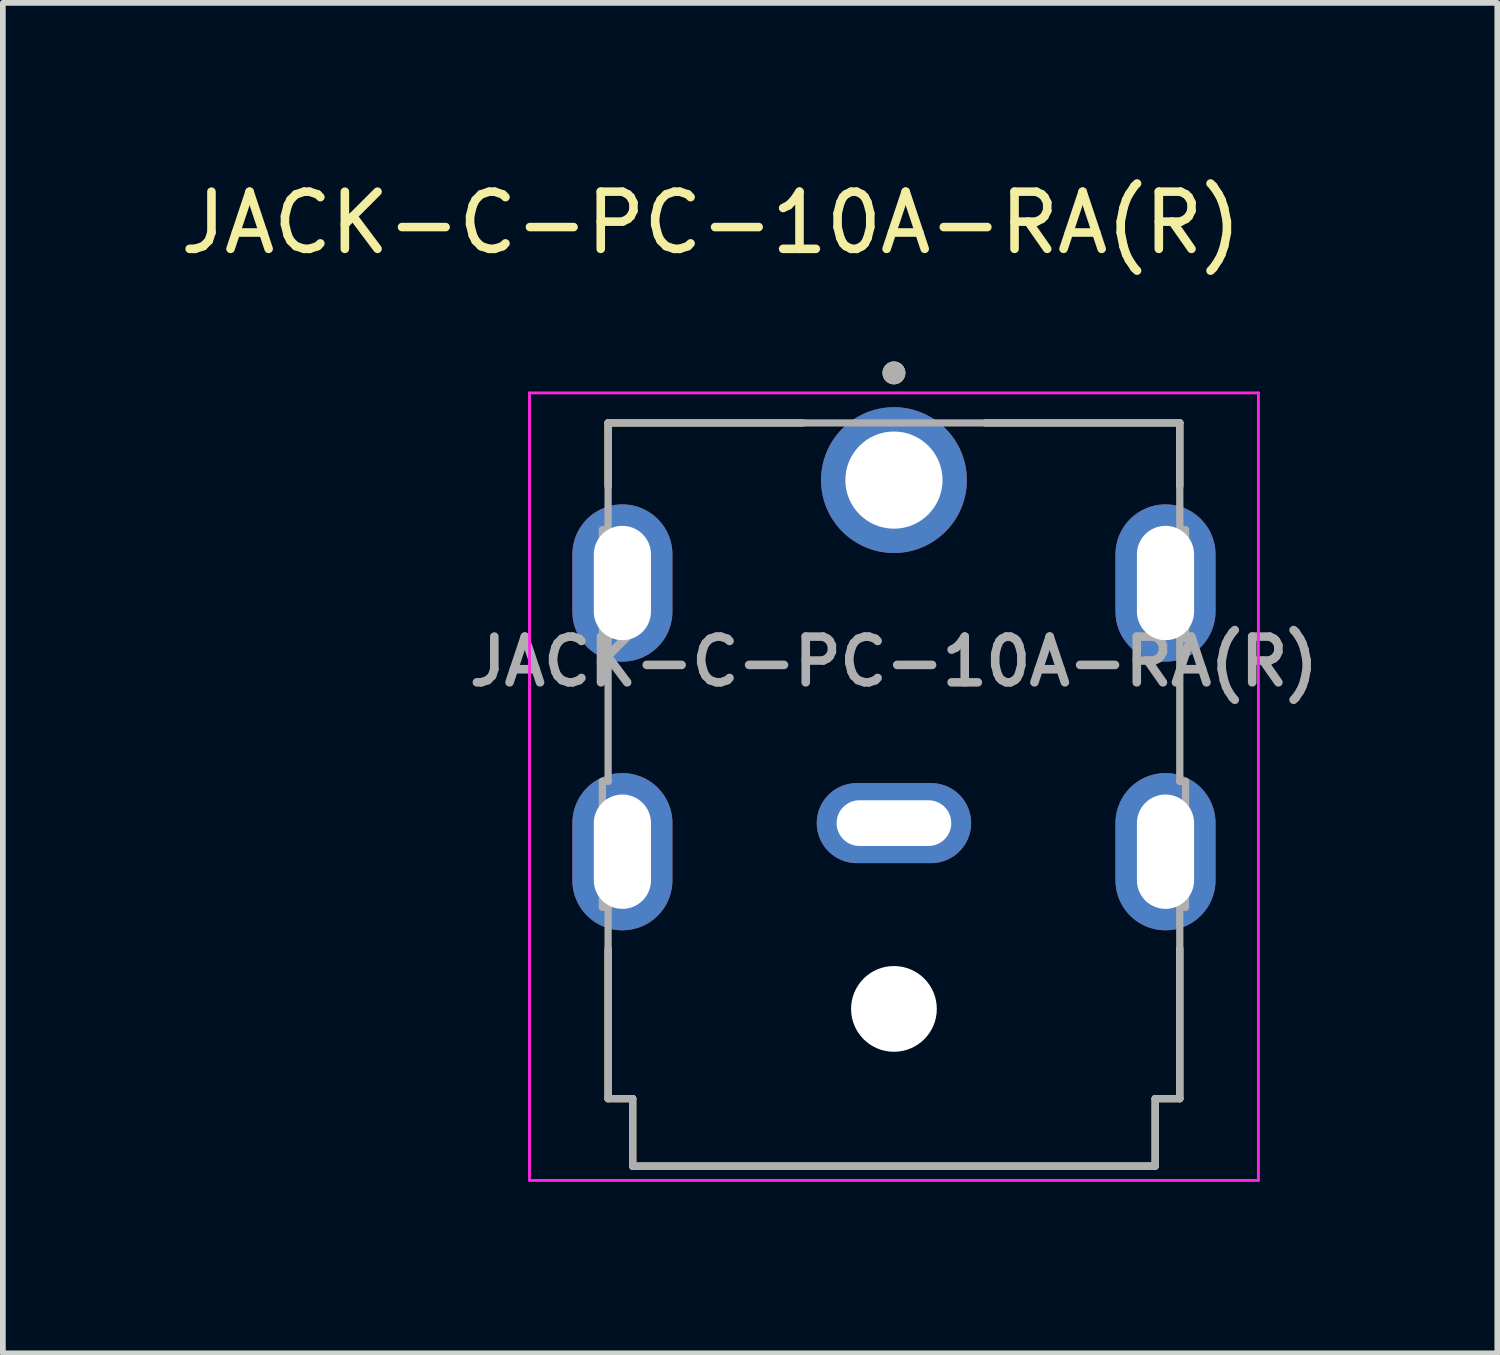
<source format=kicad_pcb>
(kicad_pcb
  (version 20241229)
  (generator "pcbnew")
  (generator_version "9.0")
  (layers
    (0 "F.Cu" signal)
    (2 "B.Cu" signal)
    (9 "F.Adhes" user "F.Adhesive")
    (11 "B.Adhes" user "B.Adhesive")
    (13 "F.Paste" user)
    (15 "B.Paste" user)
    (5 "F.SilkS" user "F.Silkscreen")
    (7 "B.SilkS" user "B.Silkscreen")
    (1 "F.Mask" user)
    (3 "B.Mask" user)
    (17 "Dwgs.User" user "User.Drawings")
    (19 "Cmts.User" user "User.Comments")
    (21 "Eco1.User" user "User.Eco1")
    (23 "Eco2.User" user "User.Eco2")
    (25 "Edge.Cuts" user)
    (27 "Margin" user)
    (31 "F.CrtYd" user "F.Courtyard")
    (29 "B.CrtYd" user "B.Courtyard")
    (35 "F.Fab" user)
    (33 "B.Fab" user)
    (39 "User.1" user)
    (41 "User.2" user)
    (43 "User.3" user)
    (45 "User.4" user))
  (footprint "JACK-C-PC-10A-RA(R)"
    (layer "F.Cu")
    (at 12.587 5.348)
    (property "Reference" "JACK-C-PC-10A-RA(R)" (at -3.2 -4.5 0) (layer "F.SilkS") (effects (font (size 1 1) (thickness 0.15))))
    (attr through_hole)
    (fp_line (start -5 -1) (end -5 0.105) (stroke (width 0.127) (type solid)) (layer "F.SilkS"))
    (fp_line (start -5 10.82) (end -5 8.195) (stroke (width 0.127) (type solid)) (layer "F.SilkS"))
    (fp_line (start -5 10.82) (end -4.57 10.82) (stroke (width 0.127) (type solid)) (layer "F.SilkS"))
    (fp_line (start -4.57 12) (end -4.57 10.82) (stroke (width 0.127) (type solid)) (layer "F.SilkS"))
    (fp_line (start -4.57 12) (end 4.57 12) (stroke (width 0.127) (type solid)) (layer "F.SilkS"))
    (fp_line (start -1.595 -1) (end -5 -1) (stroke (width 0.127) (type solid)) (layer "F.SilkS"))
    (fp_line (start 4.57 12) (end 4.57 10.82) (stroke (width 0.127) (type solid)) (layer "F.SilkS"))
    (fp_line (start 5 -1) (end 1.595 -1) (stroke (width 0.127) (type solid)) (layer "F.SilkS"))
    (fp_line (start 5 -1) (end 5 0.105) (stroke (width 0.127) (type solid)) (layer "F.SilkS"))
    (fp_line (start 5 10.82) (end 4.57 10.82) (stroke (width 0.127) (type solid)) (layer "F.SilkS"))
    (fp_line (start 5 10.82) (end 5 8.195) (stroke (width 0.127) (type solid)) (layer "F.SilkS"))
    (fp_circle (center 0 -1.875) (end 0.1 -1.875) (stroke (width 0.2) (type solid)) (fill no) (layer "F.SilkS"))
    (fp_line (start -6.375 -1.525) (end -6.375 12.25) (stroke (width 0.05) (type solid)) (layer "F.CrtYd"))
    (fp_line (start -6.375 12.25) (end 6.375 12.25) (stroke (width 0.05) (type solid)) (layer "F.CrtYd"))
    (fp_line (start 6.375 -1.525) (end -6.375 -1.525) (stroke (width 0.05) (type solid)) (layer "F.CrtYd"))
    (fp_line (start 6.375 12.25) (end 6.375 -1.525) (stroke (width 0.05) (type solid)) (layer "F.CrtYd"))
    (fp_line (start -5.1 0.87) (end -5.1 2.77) (stroke (width 0.127) (type solid)) (layer "F.Fab"))
    (fp_line (start -5.1 0.87) (end -5 0.87) (stroke (width 0.127) (type solid)) (layer "F.Fab"))
    (fp_line (start -5.1 2.77) (end -5 2.77) (stroke (width 0.127) (type solid)) (layer "F.Fab"))
    (fp_line (start -5.1 5.27) (end -5.1 7.47) (stroke (width 0.127) (type solid)) (layer "F.Fab"))
    (fp_line (start -5.1 5.27) (end -5 5.27) (stroke (width 0.127) (type solid)) (layer "F.Fab"))
    (fp_line (start -5.1 7.47) (end -5 7.47) (stroke (width 0.127) (type solid)) (layer "F.Fab"))
    (fp_line (start -5 -1) (end -5 0.87) (stroke (width 0.127) (type solid)) (layer "F.Fab"))
    (fp_line (start -5 2.77) (end -5 5.27) (stroke (width 0.127) (type solid)) (layer "F.Fab"))
    (fp_line (start -5 7.47) (end -5 10.82) (stroke (width 0.127) (type solid)) (layer "F.Fab"))
    (fp_line (start -5 10.82) (end -4.57 10.82) (stroke (width 0.127) (type solid)) (layer "F.Fab"))
    (fp_line (start -4.57 12) (end -4.57 10.82) (stroke (width 0.127) (type solid)) (layer "F.Fab"))
    (fp_line (start -4.57 12) (end 4.57 12) (stroke (width 0.127) (type solid)) (layer "F.Fab"))
    (fp_line (start 4.57 12) (end 4.57 10.82) (stroke (width 0.127) (type solid)) (layer "F.Fab"))
    (fp_line (start 5 -1) (end -5 -1) (stroke (width 0.127) (type solid)) (layer "F.Fab"))
    (fp_line (start 5 -1) (end 5 0.87) (stroke (width 0.127) (type solid)) (layer "F.Fab"))
    (fp_line (start 5 0.87) (end 5.1 0.87) (stroke (width 0.127) (type solid)) (layer "F.Fab"))
    (fp_line (start 5 2.77) (end 5.1 2.77) (stroke (width 0.127) (type solid)) (layer "F.Fab"))
    (fp_line (start 5 5.27) (end 5 2.77) (stroke (width 0.127) (type solid)) (layer "F.Fab"))
    (fp_line (start 5 5.27) (end 5.1 5.27) (stroke (width 0.127) (type solid)) (layer "F.Fab"))
    (fp_line (start 5 7.47) (end 5.1 7.47) (stroke (width 0.127) (type solid)) (layer "F.Fab"))
    (fp_line (start 5 10.82) (end 4.57 10.82) (stroke (width 0.127) (type solid)) (layer "F.Fab"))
    (fp_line (start 5 10.82) (end 5 7.47) (stroke (width 0.127) (type solid)) (layer "F.Fab"))
    (fp_line (start 5.1 2.77) (end 5.1 0.87) (stroke (width 0.127) (type solid)) (layer "F.Fab"))
    (fp_line (start 5.1 7.47) (end 5.1 5.27) (stroke (width 0.127) (type solid)) (layer "F.Fab"))
    (fp_circle (center 0 -1.875) (end 0.1 -1.875) (stroke (width 0.2) (type solid)) (fill no) (layer "F.Fab"))
    (fp_text user "${REFERENCE}" (at 0 3.175 0) (layer "F.Fab") (effects (font (size 0.8 0.8) (thickness 0.15))))
    (pad "" np_thru_hole circle (at 0 9.25) (size 1.5 1.5) (drill 1.5) (layers "*.Cu" "*.Mask"))
    (pad "1" thru_hole circle (at 0 0) (size 2.55 2.55) (drill 1.7) (layers "*.Cu" "*.Mask"))
    (pad "2" thru_hole oval (at 0 6) (size 2.7 1.4) (drill oval 2.006 0.8) (layers "*.Cu" "*.Mask"))
    (pad "S1" thru_hole oval (at -4.75 6.5) (size 1.75 2.75) (drill oval 1 2) (layers "*.Cu" "*.Mask"))
    (pad "S2" thru_hole oval (at 4.75 6.5) (size 1.75 2.75) (drill oval 1 2) (layers "*.Cu" "*.Mask"))
    (pad "S3" thru_hole oval (at -4.75 1.8) (size 1.75 2.75) (drill oval 1 2) (layers "*.Cu" "*.Mask"))
    (pad "S4" thru_hole oval (at 4.75 1.8) (size 1.75 2.75) (drill oval 1 2) (layers "*.Cu" "*.Mask")))
  (gr_rect
    (start -3 -3)
    (end 23.141 20.623)
    (stroke (width 0.1) (type default))
    (fill no)
    (layer "Edge.Cuts")))
</source>
